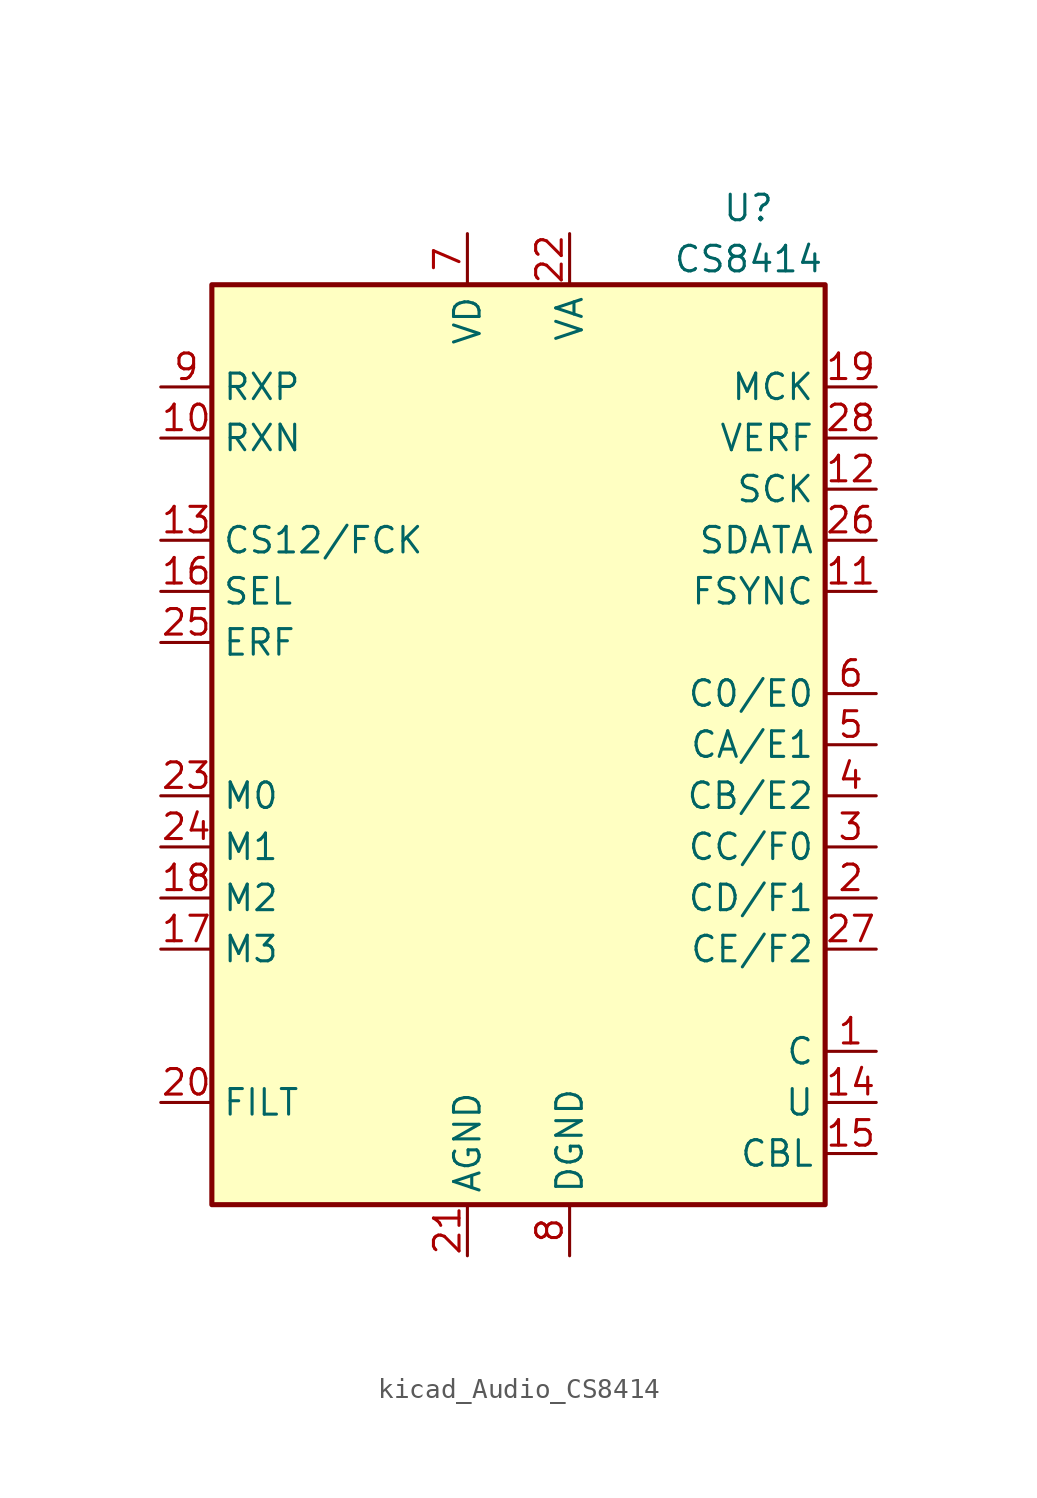
<source format=kicad_sym>
(kicad_symbol_lib
  (version 20220914)
  (generator kicad_symbol_editor)
  (symbol "kicad_Audio_CS8414"
    (property "Reference" "U"
      (at 11.43 26.67 0)
      (effects (font (size 1.27 1.27))))
    (property "Value" "CS8414"
      (at 11.43 24.13 0)
      (effects (font (size 1.27 1.27))))
    (symbol "kicad_Audio_CS8414_0_1"
      (rectangle (start -15.24 -22.86) (end 15.24 22.86) (stroke (width 0.254) (type default)) (fill (type background))))
    (symbol "kicad_Audio_CS8414_1_1"
      (pin output line (at 17.78 -15.24 180) (length 2.54) (name "C" (effects (font (size 1.27 1.27)))) (number "1" (effects (font (size 1.27 1.27)))))
      (pin input line (at -17.78 15.24 0) (length 2.54) (name "RXN" (effects (font (size 1.27 1.27)))) (number "10" (effects (font (size 1.27 1.27)))))
      (pin bidirectional line (at 17.78 7.62 180) (length 2.54) (name "FSYNC" (effects (font (size 1.27 1.27)))) (number "11" (effects (font (size 1.27 1.27)))))
      (pin bidirectional line (at 17.78 12.7 180) (length 2.54) (name "SCK" (effects (font (size 1.27 1.27)))) (number "12" (effects (font (size 1.27 1.27)))))
      (pin input line (at -17.78 10.16 0) (length 2.54) (name "CS12/FCK" (effects (font (size 1.27 1.27)))) (number "13" (effects (font (size 1.27 1.27)))))
      (pin output line (at 17.78 -17.78 180) (length 2.54) (name "U" (effects (font (size 1.27 1.27)))) (number "14" (effects (font (size 1.27 1.27)))))
      (pin output line (at 17.78 -20.32 180) (length 2.54) (name "CBL" (effects (font (size 1.27 1.27)))) (number "15" (effects (font (size 1.27 1.27)))))
      (pin input line (at -17.78 7.62 0) (length 2.54) (name "SEL" (effects (font (size 1.27 1.27)))) (number "16" (effects (font (size 1.27 1.27)))))
      (pin input line (at -17.78 -10.16 0) (length 2.54) (name "M3" (effects (font (size 1.27 1.27)))) (number "17" (effects (font (size 1.27 1.27)))))
      (pin input line (at -17.78 -7.62 0) (length 2.54) (name "M2" (effects (font (size 1.27 1.27)))) (number "18" (effects (font (size 1.27 1.27)))))
      (pin output line (at 17.78 17.78 180) (length 2.54) (name "MCK" (effects (font (size 1.27 1.27)))) (number "19" (effects (font (size 1.27 1.27)))))
      (pin output line (at 17.78 -7.62 180) (length 2.54) (name "CD/F1" (effects (font (size 1.27 1.27)))) (number "2" (effects (font (size 1.27 1.27)))))
      (pin input line (at -17.78 -17.78 0) (length 2.54) (name "FILT" (effects (font (size 1.27 1.27)))) (number "20" (effects (font (size 1.27 1.27)))))
      (pin power_in line (at -2.54 -25.4 90) (length 2.54) (name "AGND" (effects (font (size 1.27 1.27)))) (number "21" (effects (font (size 1.27 1.27)))))
      (pin power_in line (at 2.54 25.4 270) (length 2.54) (name "VA" (effects (font (size 1.27 1.27)))) (number "22" (effects (font (size 1.27 1.27)))))
      (pin input line (at -17.78 -2.54 0) (length 2.54) (name "M0" (effects (font (size 1.27 1.27)))) (number "23" (effects (font (size 1.27 1.27)))))
      (pin input line (at -17.78 -5.08 0) (length 2.54) (name "M1" (effects (font (size 1.27 1.27)))) (number "24" (effects (font (size 1.27 1.27)))))
      (pin output line (at -17.78 5.08 0) (length 2.54) (name "ERF" (effects (font (size 1.27 1.27)))) (number "25" (effects (font (size 1.27 1.27)))))
      (pin output line (at 17.78 10.16 180) (length 2.54) (name "SDATA" (effects (font (size 1.27 1.27)))) (number "26" (effects (font (size 1.27 1.27)))))
      (pin output line (at 17.78 -10.16 180) (length 2.54) (name "CE/F2" (effects (font (size 1.27 1.27)))) (number "27" (effects (font (size 1.27 1.27)))))
      (pin output line (at 17.78 15.24 180) (length 2.54) (name "VERF" (effects (font (size 1.27 1.27)))) (number "28" (effects (font (size 1.27 1.27)))))
      (pin output line (at 17.78 -5.08 180) (length 2.54) (name "CC/F0" (effects (font (size 1.27 1.27)))) (number "3" (effects (font (size 1.27 1.27)))))
      (pin output line (at 17.78 -2.54 180) (length 2.54) (name "CB/E2" (effects (font (size 1.27 1.27)))) (number "4" (effects (font (size 1.27 1.27)))))
      (pin output line (at 17.78 0 180) (length 2.54) (name "CA/E1" (effects (font (size 1.27 1.27)))) (number "5" (effects (font (size 1.27 1.27)))))
      (pin output line (at 17.78 2.54 180) (length 2.54) (name "C0/E0" (effects (font (size 1.27 1.27)))) (number "6" (effects (font (size 1.27 1.27)))))
      (pin power_in line (at -2.54 25.4 270) (length 2.54) (name "VD" (effects (font (size 1.27 1.27)))) (number "7" (effects (font (size 1.27 1.27)))))
      (pin power_in line (at 2.54 -25.4 90) (length 2.54) (name "DGND" (effects (font (size 1.27 1.27)))) (number "8" (effects (font (size 1.27 1.27)))))
      (pin input line (at -17.78 17.78 0) (length 2.54) (name "RXP" (effects (font (size 1.27 1.27)))) (number "9" (effects (font (size 1.27 1.27))))))))
</source>
